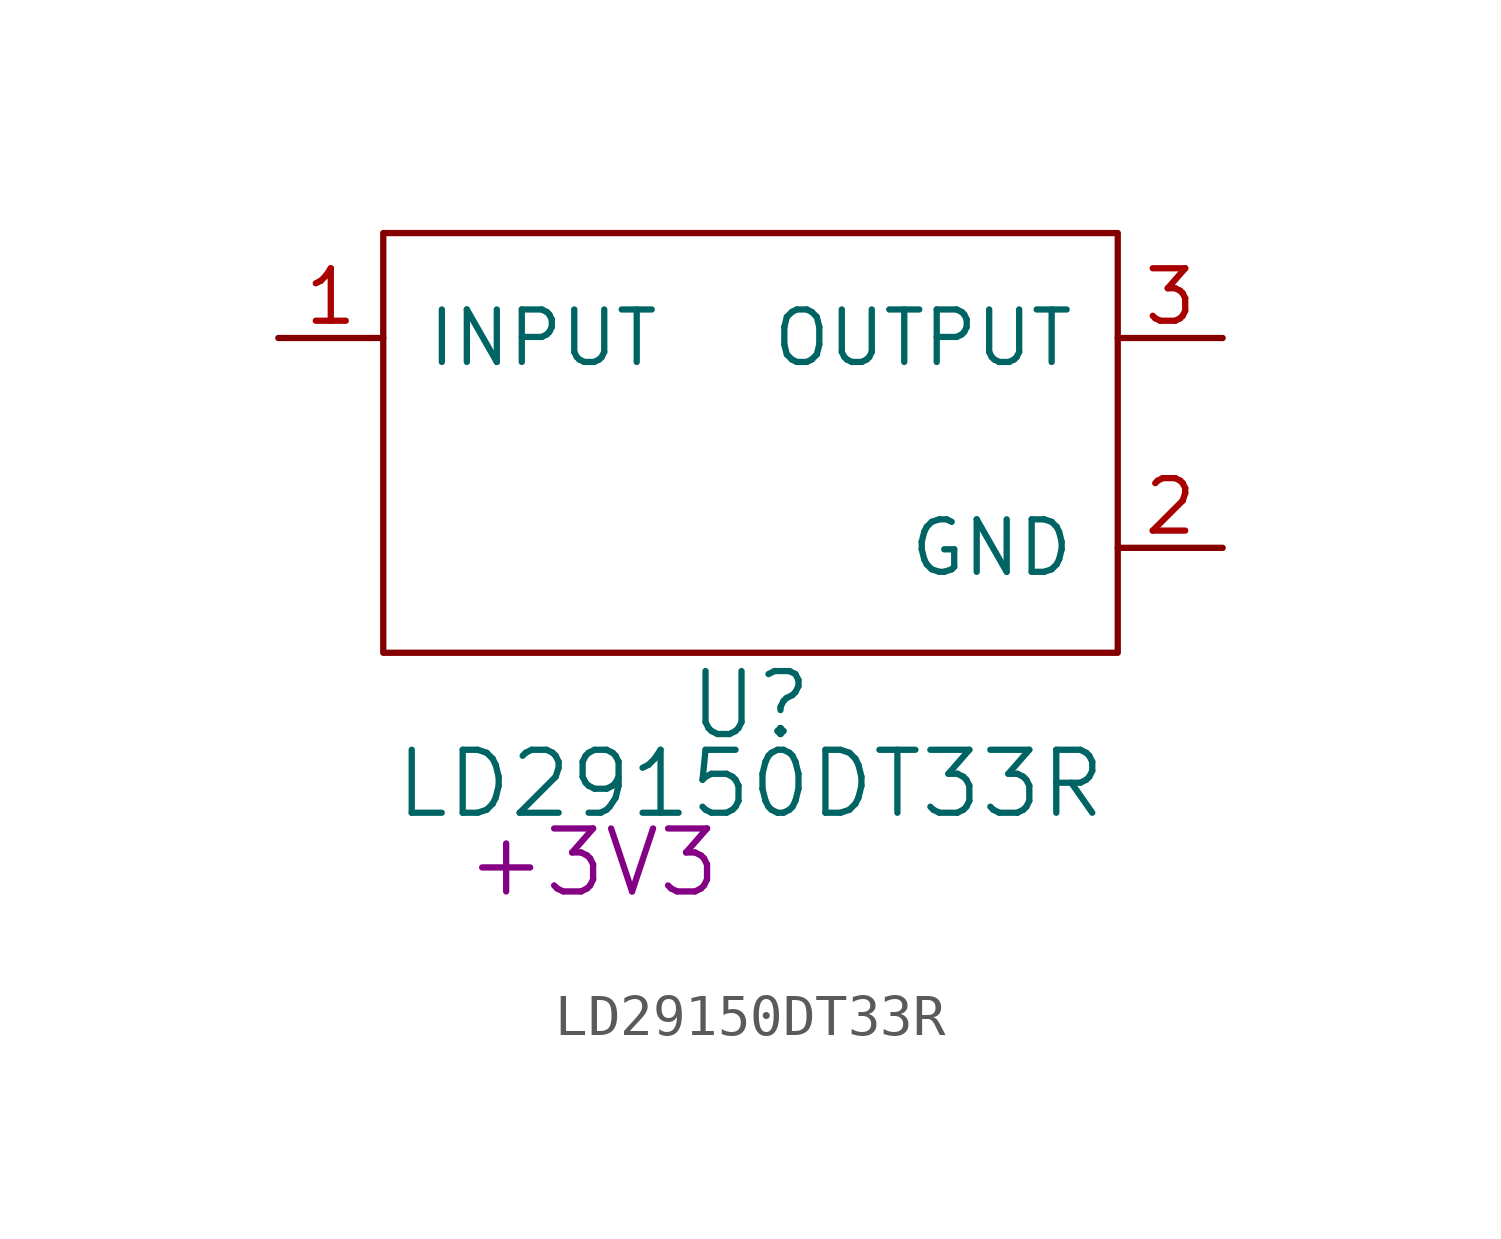
<source format=kicad_sym>
(kicad_symbol_lib
  (version 20220914)
  (generator kicad_symbol_editor)
  (symbol "LD29150DT33R"
    (pin_names
      (offset 1.016))
    (property "Reference" "U"
      (at 8.89 -1.27 0)
      (effects (font (size 1.524 1.524))))
    (property "Value" "LD29150DT33R"
      (at 8.89 -3.175 0)
      (effects (font (size 1.524 1.524))))
    (property "Vout" "+3V3"
      (at 5.08 -5.08 0)
      (effects (font (size 1.524 1.524))))
    (symbol "LD29150DT33R_1_1"
      (rectangle (start 0 10.16) (end 17.78 0) (stroke (width 0) (type solid)) (fill (type none)))
      (pin power_in line (at -2.54 7.62 0) (length 2.54) (name "INPUT" (effects (font (size 1.27 1.27)))) (number "1" (effects (font (size 1.27 1.27)))))
      (pin power_in line (at 20.32 2.54 180) (length 2.54) (name "GND" (effects (font (size 1.27 1.27)))) (number "2" (effects (font (size 1.27 1.27)))))
      (pin power_out line (at 20.32 7.62 180) (length 2.54) (name "OUTPUT" (effects (font (size 1.27 1.27)))) (number "3" (effects (font (size 1.27 1.27))))))))
</source>
